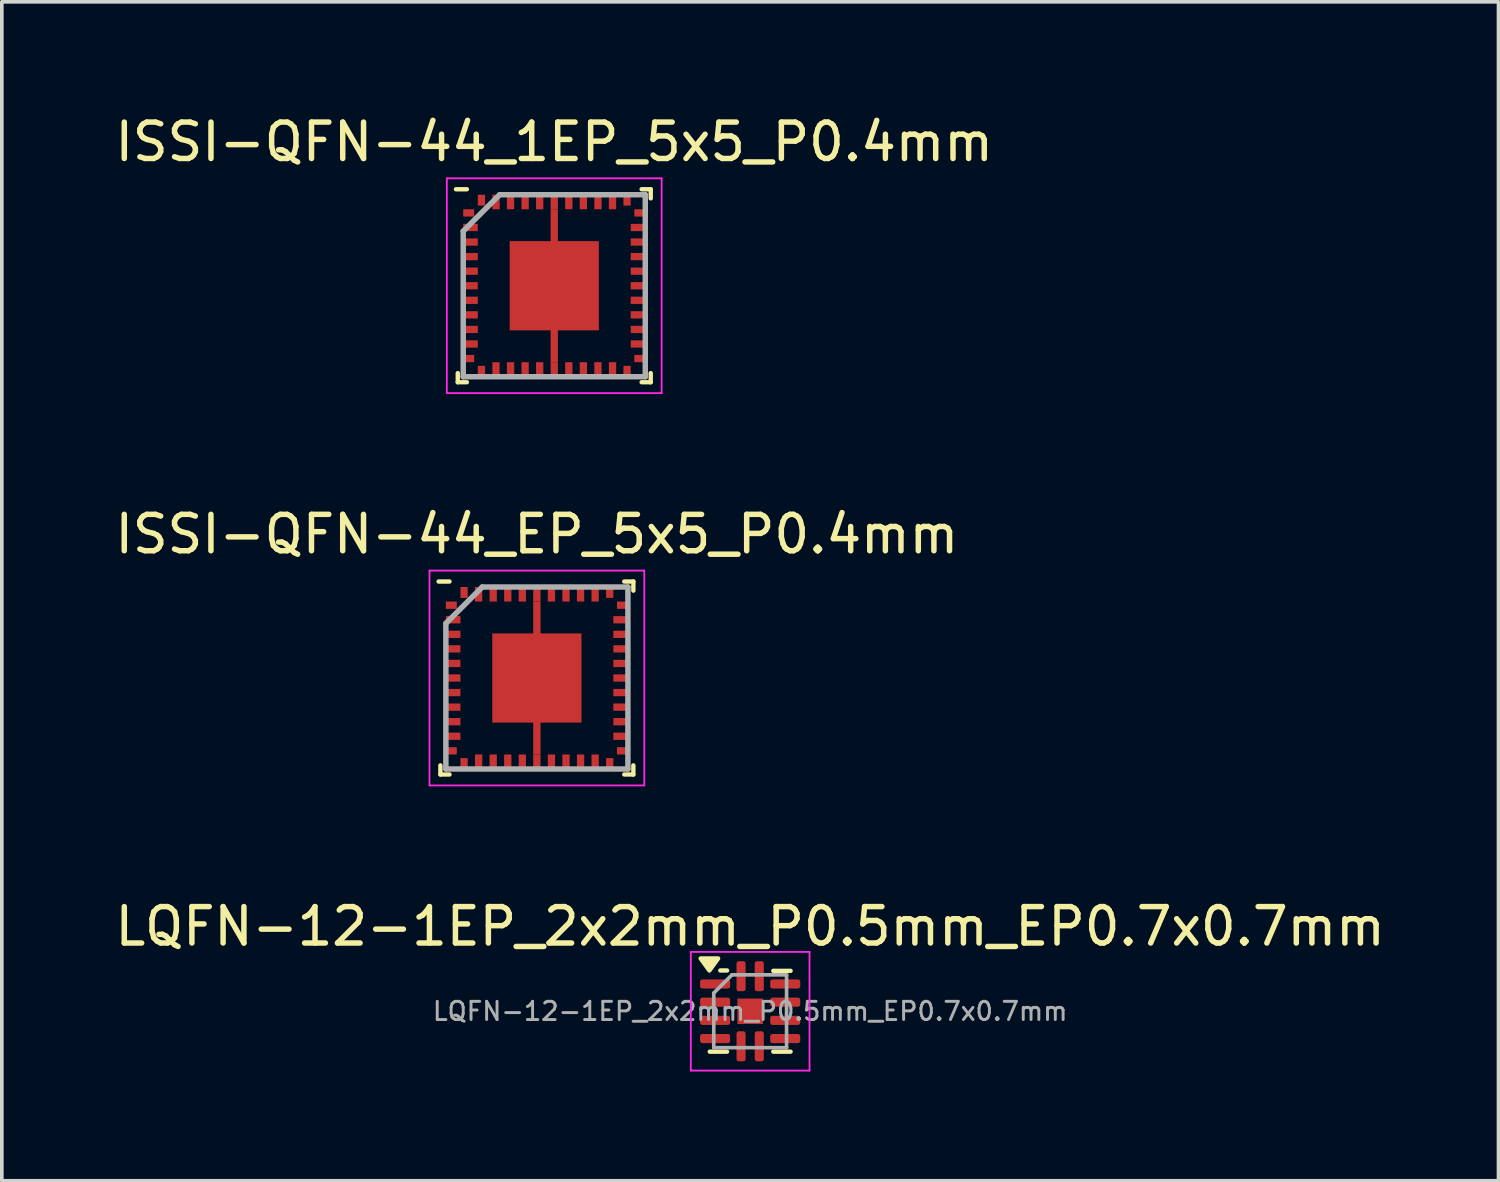
<source format=kicad_pcb>
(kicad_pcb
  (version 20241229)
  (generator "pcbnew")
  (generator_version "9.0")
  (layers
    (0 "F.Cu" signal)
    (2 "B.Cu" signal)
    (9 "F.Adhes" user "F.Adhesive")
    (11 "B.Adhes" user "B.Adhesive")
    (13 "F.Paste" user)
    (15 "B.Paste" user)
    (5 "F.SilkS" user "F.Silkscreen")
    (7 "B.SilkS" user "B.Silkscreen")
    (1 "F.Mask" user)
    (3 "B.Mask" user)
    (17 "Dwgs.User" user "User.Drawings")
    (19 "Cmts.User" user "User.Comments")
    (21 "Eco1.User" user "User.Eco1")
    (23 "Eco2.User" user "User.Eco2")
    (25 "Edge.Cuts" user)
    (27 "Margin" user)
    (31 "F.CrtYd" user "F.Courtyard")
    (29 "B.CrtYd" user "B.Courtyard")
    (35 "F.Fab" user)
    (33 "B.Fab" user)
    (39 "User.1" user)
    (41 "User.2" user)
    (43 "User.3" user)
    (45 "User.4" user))
  (footprint "LQFN-12-1EP_2x2mm_P0.5mm_EP0.7x0.7mm"
    (layer "F.Cu")
    (at 17.554 24.725)
    (property "Reference" "LQFN-12-1EP_2x2mm_P0.5mm_EP0.7x0.7mm" (at 0 -2.33 0) (layer "F.SilkS") (effects (font (size 1 1) (thickness 0.15))))
    (attr smd)
    (fp_line (start -0.635 -1.12) (end -0.82 -1.12) (stroke (width 0.12) (type solid)) (layer "F.SilkS"))
    (fp_line (start -0.635 1.11) (end -1.11 1.11) (stroke (width 0.12) (type solid)) (layer "F.SilkS"))
    (fp_line (start 0.635 -1.11) (end 1.11 -1.11) (stroke (width 0.12) (type solid)) (layer "F.SilkS"))
    (fp_line (start 0.635 1.11) (end 1.11 1.11) (stroke (width 0.12) (type solid)) (layer "F.SilkS"))
    (fp_poly (pts (xy -1.12 -1.12) (xy -1.36 -1.45) (xy -0.88 -1.45) (xy -1.12 -1.12)) (stroke (width 0.12) (type solid)) (fill yes) (layer "F.SilkS"))
    (fp_line (start -1.63 -1.63) (end -1.63 1.63) (stroke (width 0.05) (type solid)) (layer "F.CrtYd"))
    (fp_line (start -1.63 1.63) (end 1.63 1.63) (stroke (width 0.05) (type solid)) (layer "F.CrtYd"))
    (fp_line (start 1.63 -1.63) (end -1.63 -1.63) (stroke (width 0.05) (type solid)) (layer "F.CrtYd"))
    (fp_line (start 1.63 1.63) (end 1.63 -1.63) (stroke (width 0.05) (type solid)) (layer "F.CrtYd"))
    (fp_line (start -1 -0.5) (end -0.5 -1) (stroke (width 0.1) (type solid)) (layer "F.Fab"))
    (fp_line (start -1 1) (end -1 -0.5) (stroke (width 0.1) (type solid)) (layer "F.Fab"))
    (fp_line (start -0.5 -1) (end 1 -1) (stroke (width 0.1) (type solid)) (layer "F.Fab"))
    (fp_line (start 1 -1) (end 1 1) (stroke (width 0.1) (type solid)) (layer "F.Fab"))
    (fp_line (start 1 1) (end -1 1) (stroke (width 0.1) (type solid)) (layer "F.Fab"))
    (fp_text user "${REFERENCE}" (at 0 0 0) (layer "F.Fab") (effects (font (size 0.5 0.5) (thickness 0.08))))
    (pad "" smd roundrect (at 0 0) (size 0.56 0.56) (layers "F.Paste") (roundrect_rratio 0.25))
    (pad "1" smd roundrect (at -0.963 -0.75) (size 0.825 0.25) (layers "F.Cu" "F.Mask" "F.Paste") (roundrect_rratio 0.25))
    (pad "2" smd roundrect (at -0.963 -0.25) (size 0.825 0.25) (layers "F.Cu" "F.Mask" "F.Paste") (roundrect_rratio 0.25))
    (pad "3" smd roundrect (at -0.963 0.25) (size 0.825 0.25) (layers "F.Cu" "F.Mask" "F.Paste") (roundrect_rratio 0.25))
    (pad "4" smd roundrect (at -0.963 0.75) (size 0.825 0.25) (layers "F.Cu" "F.Mask" "F.Paste") (roundrect_rratio 0.25))
    (pad "5" smd roundrect (at -0.25 0.963) (size 0.25 0.825) (layers "F.Cu" "F.Mask" "F.Paste") (roundrect_rratio 0.25))
    (pad "6" smd roundrect (at 0.25 0.963) (size 0.25 0.825) (layers "F.Cu" "F.Mask" "F.Paste") (roundrect_rratio 0.25))
    (pad "7" smd roundrect (at 0.963 0.75) (size 0.825 0.25) (layers "F.Cu" "F.Mask" "F.Paste") (roundrect_rratio 0.25))
    (pad "8" smd roundrect (at 0.963 0.25) (size 0.825 0.25) (layers "F.Cu" "F.Mask" "F.Paste") (roundrect_rratio 0.25))
    (pad "9" smd roundrect (at 0.963 -0.25) (size 0.825 0.25) (layers "F.Cu" "F.Mask" "F.Paste") (roundrect_rratio 0.25))
    (pad "10" smd roundrect (at 0.963 -0.75) (size 0.825 0.25) (layers "F.Cu" "F.Mask" "F.Paste") (roundrect_rratio 0.25))
    (pad "11" smd roundrect (at 0.25 -0.963) (size 0.25 0.825) (layers "F.Cu" "F.Mask" "F.Paste") (roundrect_rratio 0.25))
    (pad "12" smd roundrect (at -0.25 -0.963) (size 0.25 0.825) (layers "F.Cu" "F.Mask" "F.Paste") (roundrect_rratio 0.25))
    (pad "13" smd rect (at 0 0) (size 0.7 0.7) (property pad_prop_heatsink) (layers "F.Cu" "F.Mask")))
  (footprint "ISSI-QFN-44_1EP_5x5_P0.4mm"
    (layer "F.Cu")
    (at 12.173 4.798)
    (property "Reference" "ISSI-QFN-44_1EP_5x5_P0.4mm" (at 0 -3.95 0) (layer "F.SilkS") (effects (font (size 1 1) (thickness 0.15))))
    (attr through_hole)
    (fp_poly (pts (xy 0.1 2.1) (xy -0.1 2.1) (xy -0.1 -2.1) (xy 0.1 -2.1)) (stroke (width 0) (type solid)) (fill yes) (layer "F.Cu"))
    (fp_poly (pts (xy 0.1 2.1) (xy -0.1 2.1) (xy -0.1 -2.1) (xy 0.1 -2.1)) (stroke (width 0) (type solid)) (fill yes) (layer "F.Mask"))
    (fp_line (start -2.65 2.65) (end -2.65 2.4) (stroke (width 0.12) (type solid)) (layer "F.SilkS"))
    (fp_line (start -2.4 -2.65) (end -2.7 -2.65) (stroke (width 0.12) (type solid)) (layer "F.SilkS"))
    (fp_line (start -2.4 2.65) (end -2.65 2.65) (stroke (width 0.12) (type solid)) (layer "F.SilkS"))
    (fp_line (start 2.4 -2.65) (end 2.65 -2.65) (stroke (width 0.12) (type solid)) (layer "F.SilkS"))
    (fp_line (start 2.4 2.65) (end 2.65 2.65) (stroke (width 0.12) (type solid)) (layer "F.SilkS"))
    (fp_line (start 2.65 -2.65) (end 2.65 -2.4) (stroke (width 0.12) (type solid)) (layer "F.SilkS"))
    (fp_line (start 2.65 2.65) (end 2.65 2.4) (stroke (width 0.12) (type solid)) (layer "F.SilkS"))
    (fp_line (start -2.95 -2.95) (end 2.95 -2.95) (stroke (width 0.05) (type solid)) (layer "F.CrtYd"))
    (fp_line (start -2.95 2.95) (end -2.95 -2.95) (stroke (width 0.05) (type solid)) (layer "F.CrtYd"))
    (fp_line (start 2.95 -2.95) (end 2.95 2.95) (stroke (width 0.05) (type solid)) (layer "F.CrtYd"))
    (fp_line (start 2.95 2.95) (end -2.95 2.95) (stroke (width 0.05) (type solid)) (layer "F.CrtYd"))
    (fp_line (start -2.5 -1.5) (end -2.5 2.5) (stroke (width 0.15) (type solid)) (layer "F.Fab"))
    (fp_line (start -2.5 2.5) (end 2.5 2.5) (stroke (width 0.15) (type solid)) (layer "F.Fab"))
    (fp_line (start -1.5 -2.5) (end -2.5 -1.5) (stroke (width 0.15) (type solid)) (layer "F.Fab"))
    (fp_line (start 2.5 -2.5) (end -1.5 -2.5) (stroke (width 0.15) (type solid)) (layer "F.Fab"))
    (fp_line (start 2.5 2.5) (end 2.5 -2.5) (stroke (width 0.15) (type solid)) (layer "F.Fab"))
    (pad "1" smd rect (at -2.35 -2 90) (size 0.2 0.3) (layers "F.Cu" "F.Mask" "F.Paste"))
    (pad "2" smd rect (at -2.3 -1.6 90) (size 0.2 0.4) (layers "F.Cu" "F.Mask" "F.Paste"))
    (pad "3" smd rect (at -2.3 -1.2 90) (size 0.2 0.4) (layers "F.Cu" "F.Mask" "F.Paste"))
    (pad "4" smd rect (at -2.3 -0.8 90) (size 0.2 0.4) (layers "F.Cu" "F.Mask" "F.Paste"))
    (pad "5" smd rect (at -2.3 -0.4 90) (size 0.2 0.4) (layers "F.Cu" "F.Mask" "F.Paste"))
    (pad "6" smd rect (at -2.3 0 90) (size 0.2 0.4) (layers "F.Cu" "F.Mask" "F.Paste"))
    (pad "7" smd rect (at -2.3 0.4 90) (size 0.2 0.4) (layers "F.Cu" "F.Mask" "F.Paste"))
    (pad "8" smd rect (at -2.3 0.8 90) (size 0.2 0.4) (layers "F.Cu" "F.Mask" "F.Paste"))
    (pad "9" smd rect (at -2.3 1.2 90) (size 0.2 0.4) (layers "F.Cu" "F.Mask" "F.Paste"))
    (pad "10" smd rect (at -2.3 1.6 90) (size 0.2 0.4) (layers "F.Cu" "F.Mask" "F.Paste"))
    (pad "11" smd rect (at -2.35 2 90) (size 0.2 0.3) (layers "F.Cu" "F.Mask" "F.Paste"))
    (pad "12" smd rect (at -2 2.35) (size 0.2 0.3) (layers "F.Cu" "F.Mask" "F.Paste"))
    (pad "13" smd rect (at -1.6 2.3) (size 0.2 0.4) (layers "F.Cu" "F.Mask" "F.Paste"))
    (pad "14" smd rect (at -1.2 2.3) (size 0.2 0.4) (layers "F.Cu" "F.Mask" "F.Paste"))
    (pad "15" smd rect (at -0.8 2.3) (size 0.2 0.4) (layers "F.Cu" "F.Mask" "F.Paste"))
    (pad "16" smd rect (at -0.4 2.3) (size 0.2 0.4) (layers "F.Cu" "F.Mask" "F.Paste"))
    (pad "17" smd rect (at 0 2.3) (size 0.2 0.4) (layers "F.Cu" "F.Mask" "F.Paste"))
    (pad "18" smd rect (at 0.4 2.3) (size 0.2 0.4) (layers "F.Cu" "F.Mask" "F.Paste"))
    (pad "19" smd rect (at 0.8 2.3) (size 0.2 0.4) (layers "F.Cu" "F.Mask" "F.Paste"))
    (pad "20" smd rect (at 1.2 2.3) (size 0.2 0.4) (layers "F.Cu" "F.Mask" "F.Paste"))
    (pad "21" smd rect (at 1.6 2.3) (size 0.2 0.4) (layers "F.Cu" "F.Mask" "F.Paste"))
    (pad "22" smd rect (at 2 2.35) (size 0.2 0.3) (layers "F.Cu" "F.Mask" "F.Paste"))
    (pad "23" smd rect (at 2.35 2 90) (size 0.2 0.3) (layers "F.Cu" "F.Mask" "F.Paste"))
    (pad "24" smd rect (at 2.3 1.6 90) (size 0.2 0.4) (layers "F.Cu" "F.Mask" "F.Paste"))
    (pad "25" smd rect (at 2.3 1.2 90) (size 0.2 0.4) (layers "F.Cu" "F.Mask" "F.Paste"))
    (pad "26" smd rect (at 2.3 0.8 90) (size 0.2 0.4) (layers "F.Cu" "F.Mask" "F.Paste"))
    (pad "27" smd rect (at 2.3 0.4 90) (size 0.2 0.4) (layers "F.Cu" "F.Mask" "F.Paste"))
    (pad "28" smd rect (at 2.3 0 90) (size 0.2 0.4) (layers "F.Cu" "F.Mask" "F.Paste"))
    (pad "29" smd rect (at 2.3 -0.4 90) (size 0.2 0.4) (layers "F.Cu" "F.Mask" "F.Paste"))
    (pad "30" smd rect (at 2.3 -0.8 90) (size 0.2 0.4) (layers "F.Cu" "F.Mask" "F.Paste"))
    (pad "31" smd rect (at 2.3 -1.2 90) (size 0.2 0.4) (layers "F.Cu" "F.Mask" "F.Paste"))
    (pad "32" smd rect (at 2.3 -1.6 90) (size 0.2 0.4) (layers "F.Cu" "F.Mask" "F.Paste"))
    (pad "33" smd rect (at 2.35 -2 90) (size 0.2 0.3) (layers "F.Cu" "F.Mask" "F.Paste"))
    (pad "34" smd rect (at 2 -2.35) (size 0.2 0.3) (layers "F.Cu" "F.Mask" "F.Paste"))
    (pad "35" smd rect (at 1.6 -2.3) (size 0.2 0.4) (layers "F.Cu" "F.Mask" "F.Paste"))
    (pad "36" smd rect (at 1.2 -2.3) (size 0.2 0.4) (layers "F.Cu" "F.Mask" "F.Paste"))
    (pad "37" smd rect (at 0.8 -2.3) (size 0.2 0.4) (layers "F.Cu" "F.Mask" "F.Paste"))
    (pad "38" smd rect (at 0.4 -2.3) (size 0.2 0.4) (layers "F.Cu" "F.Mask" "F.Paste"))
    (pad "39" smd rect (at 0 -2.3) (size 0.2 0.4) (layers "F.Cu" "F.Mask" "F.Paste"))
    (pad "40" smd rect (at -0.4 -2.3) (size 0.2 0.4) (layers "F.Cu" "F.Mask" "F.Paste"))
    (pad "41" smd rect (at -0.8 -2.3) (size 0.2 0.4) (layers "F.Cu" "F.Mask" "F.Paste"))
    (pad "42" smd rect (at -1.2 -2.3) (size 0.2 0.4) (layers "F.Cu" "F.Mask" "F.Paste"))
    (pad "43" smd rect (at -1.6 -2.3) (size 0.2 0.4) (layers "F.Cu" "F.Mask" "F.Paste"))
    (pad "44" smd rect (at -2 -2.35) (size 0.2 0.3) (layers "F.Cu" "F.Mask" "F.Paste"))
    (pad "45" smd rect (at 0 0) (size 2.45 2.45) (layers "F.Cu" "F.Mask" "F.Paste")))
  (footprint "ISSI-QFN-44_EP_5x5_P0.4mm"
    (layer "F.Cu")
    (at 11.696 15.572)
    (property "Reference" "ISSI-QFN-44_EP_5x5_P0.4mm" (at 0 -3.95 0) (layer "F.SilkS") (effects (font (size 1 1) (thickness 0.15))))
    (attr through_hole)
    (fp_poly (pts (xy 0.1 2.1) (xy -0.1 2.1) (xy -0.1 -2.1) (xy 0.1 -2.1)) (stroke (width 0) (type solid)) (fill yes) (layer "F.Cu"))
    (fp_line (start -2.65 2.65) (end -2.65 2.4) (stroke (width 0.12) (type solid)) (layer "F.SilkS"))
    (fp_line (start -2.4 -2.65) (end -2.7 -2.65) (stroke (width 0.12) (type solid)) (layer "F.SilkS"))
    (fp_line (start -2.4 2.65) (end -2.65 2.65) (stroke (width 0.12) (type solid)) (layer "F.SilkS"))
    (fp_line (start 2.4 -2.65) (end 2.65 -2.65) (stroke (width 0.12) (type solid)) (layer "F.SilkS"))
    (fp_line (start 2.4 2.65) (end 2.65 2.65) (stroke (width 0.12) (type solid)) (layer "F.SilkS"))
    (fp_line (start 2.65 -2.65) (end 2.65 -2.4) (stroke (width 0.12) (type solid)) (layer "F.SilkS"))
    (fp_line (start 2.65 2.65) (end 2.65 2.4) (stroke (width 0.12) (type solid)) (layer "F.SilkS"))
    (fp_line (start -2.95 -2.95) (end 2.95 -2.95) (stroke (width 0.05) (type solid)) (layer "F.CrtYd"))
    (fp_line (start -2.95 2.95) (end -2.95 -2.95) (stroke (width 0.05) (type solid)) (layer "F.CrtYd"))
    (fp_line (start 2.95 -2.95) (end 2.95 2.95) (stroke (width 0.05) (type solid)) (layer "F.CrtYd"))
    (fp_line (start 2.95 2.95) (end -2.95 2.95) (stroke (width 0.05) (type solid)) (layer "F.CrtYd"))
    (fp_line (start -2.5 -1.5) (end -2.5 2.5) (stroke (width 0.15) (type solid)) (layer "F.Fab"))
    (fp_line (start -2.5 2.5) (end 2.5 2.5) (stroke (width 0.15) (type solid)) (layer "F.Fab"))
    (fp_line (start -1.5 -2.5) (end -2.5 -1.5) (stroke (width 0.15) (type solid)) (layer "F.Fab"))
    (fp_line (start 2.5 -2.5) (end -1.5 -2.5) (stroke (width 0.15) (type solid)) (layer "F.Fab"))
    (fp_line (start 2.5 2.5) (end 2.5 -2.5) (stroke (width 0.15) (type solid)) (layer "F.Fab"))
    (pad "1" smd rect (at -2.35 -2 90) (size 0.2 0.3) (layers "F.Cu" "F.Mask" "F.Paste"))
    (pad "2" smd rect (at -2.3 -1.6 90) (size 0.2 0.4) (layers "F.Cu" "F.Mask" "F.Paste"))
    (pad "3" smd rect (at -2.3 -1.2 90) (size 0.2 0.4) (layers "F.Cu" "F.Mask" "F.Paste"))
    (pad "4" smd rect (at -2.3 -0.8 90) (size 0.2 0.4) (layers "F.Cu" "F.Mask" "F.Paste"))
    (pad "5" smd rect (at -2.3 -0.4 90) (size 0.2 0.4) (layers "F.Cu" "F.Mask" "F.Paste"))
    (pad "6" smd rect (at -2.3 0 90) (size 0.2 0.4) (layers "F.Cu" "F.Mask" "F.Paste"))
    (pad "7" smd rect (at -2.3 0.4 90) (size 0.2 0.4) (layers "F.Cu" "F.Mask" "F.Paste"))
    (pad "8" smd rect (at -2.3 0.8 90) (size 0.2 0.4) (layers "F.Cu" "F.Mask" "F.Paste"))
    (pad "9" smd rect (at -2.3 1.2 90) (size 0.2 0.4) (layers "F.Cu" "F.Mask" "F.Paste"))
    (pad "10" smd rect (at -2.3 1.6 90) (size 0.2 0.4) (layers "F.Cu" "F.Mask" "F.Paste"))
    (pad "11" smd rect (at -2.35 2 90) (size 0.2 0.3) (layers "F.Cu" "F.Mask" "F.Paste"))
    (pad "12" smd rect (at -2 2.35) (size 0.2 0.3) (layers "F.Cu" "F.Mask" "F.Paste"))
    (pad "13" smd rect (at -1.6 2.3) (size 0.2 0.4) (layers "F.Cu" "F.Mask" "F.Paste"))
    (pad "14" smd rect (at -1.2 2.3) (size 0.2 0.4) (layers "F.Cu" "F.Mask" "F.Paste"))
    (pad "15" smd rect (at -0.8 2.3) (size 0.2 0.4) (layers "F.Cu" "F.Mask" "F.Paste"))
    (pad "16" smd rect (at -0.4 2.3) (size 0.2 0.4) (layers "F.Cu" "F.Mask" "F.Paste"))
    (pad "17" smd rect (at 0 2.3) (size 0.2 0.4) (layers "F.Cu" "F.Mask" "F.Paste"))
    (pad "18" smd rect (at 0.4 2.3) (size 0.2 0.4) (layers "F.Cu" "F.Mask" "F.Paste"))
    (pad "19" smd rect (at 0.8 2.3) (size 0.2 0.4) (layers "F.Cu" "F.Mask" "F.Paste"))
    (pad "20" smd rect (at 1.2 2.3) (size 0.2 0.4) (layers "F.Cu" "F.Mask" "F.Paste"))
    (pad "21" smd rect (at 1.6 2.3) (size 0.2 0.4) (layers "F.Cu" "F.Mask" "F.Paste"))
    (pad "22" smd rect (at 2 2.35) (size 0.2 0.3) (layers "F.Cu" "F.Mask" "F.Paste"))
    (pad "23" smd rect (at 2.35 2 90) (size 0.2 0.3) (layers "F.Cu" "F.Mask" "F.Paste"))
    (pad "24" smd rect (at 2.3 1.6 90) (size 0.2 0.4) (layers "F.Cu" "F.Mask" "F.Paste"))
    (pad "25" smd rect (at 2.3 1.2 90) (size 0.2 0.4) (layers "F.Cu" "F.Mask" "F.Paste"))
    (pad "26" smd rect (at 2.3 0.8 90) (size 0.2 0.4) (layers "F.Cu" "F.Mask" "F.Paste"))
    (pad "27" smd rect (at 2.3 0.4 90) (size 0.2 0.4) (layers "F.Cu" "F.Mask" "F.Paste"))
    (pad "28" smd rect (at 2.3 0 90) (size 0.2 0.4) (layers "F.Cu" "F.Mask" "F.Paste"))
    (pad "29" smd rect (at 2.3 -0.4 90) (size 0.2 0.4) (layers "F.Cu" "F.Mask" "F.Paste"))
    (pad "30" smd rect (at 2.3 -0.8 90) (size 0.2 0.4) (layers "F.Cu" "F.Mask" "F.Paste"))
    (pad "31" smd rect (at 2.3 -1.2 90) (size 0.2 0.4) (layers "F.Cu" "F.Mask" "F.Paste"))
    (pad "32" smd rect (at 2.3 -1.6 90) (size 0.2 0.4) (layers "F.Cu" "F.Mask" "F.Paste"))
    (pad "33" smd rect (at 2.35 -2 90) (size 0.2 0.3) (layers "F.Cu" "F.Mask" "F.Paste"))
    (pad "34" smd rect (at 2 -2.35) (size 0.2 0.3) (layers "F.Cu" "F.Mask" "F.Paste"))
    (pad "35" smd rect (at 1.6 -2.3) (size 0.2 0.4) (layers "F.Cu" "F.Mask" "F.Paste"))
    (pad "36" smd rect (at 1.2 -2.3) (size 0.2 0.4) (layers "F.Cu" "F.Mask" "F.Paste"))
    (pad "37" smd rect (at 0.8 -2.3) (size 0.2 0.4) (layers "F.Cu" "F.Mask" "F.Paste"))
    (pad "38" smd rect (at 0.4 -2.3) (size 0.2 0.4) (layers "F.Cu" "F.Mask" "F.Paste"))
    (pad "39" smd rect (at 0 -2.3) (size 0.2 0.4) (layers "F.Cu" "F.Mask" "F.Paste"))
    (pad "40" smd rect (at -0.4 -2.3) (size 0.2 0.4) (layers "F.Cu" "F.Mask" "F.Paste"))
    (pad "41" smd rect (at -0.8 -2.3) (size 0.2 0.4) (layers "F.Cu" "F.Mask" "F.Paste"))
    (pad "42" smd rect (at -1.2 -2.3) (size 0.2 0.4) (layers "F.Cu" "F.Mask" "F.Paste"))
    (pad "43" smd rect (at -1.6 -2.3) (size 0.2 0.4) (layers "F.Cu" "F.Mask" "F.Paste"))
    (pad "44" smd rect (at -2 -2.35) (size 0.2 0.3) (layers "F.Cu" "F.Mask" "F.Paste"))
    (pad "45" smd rect (at 0 0) (size 2.45 2.45) (layers "F.Cu" "F.Mask" "F.Paste")))
  (gr_rect
    (start -3 -3)
    (end 38.107 29.38)
    (stroke (width 0.1) (type default))
    (fill no)
    (layer "Edge.Cuts")))
</source>
